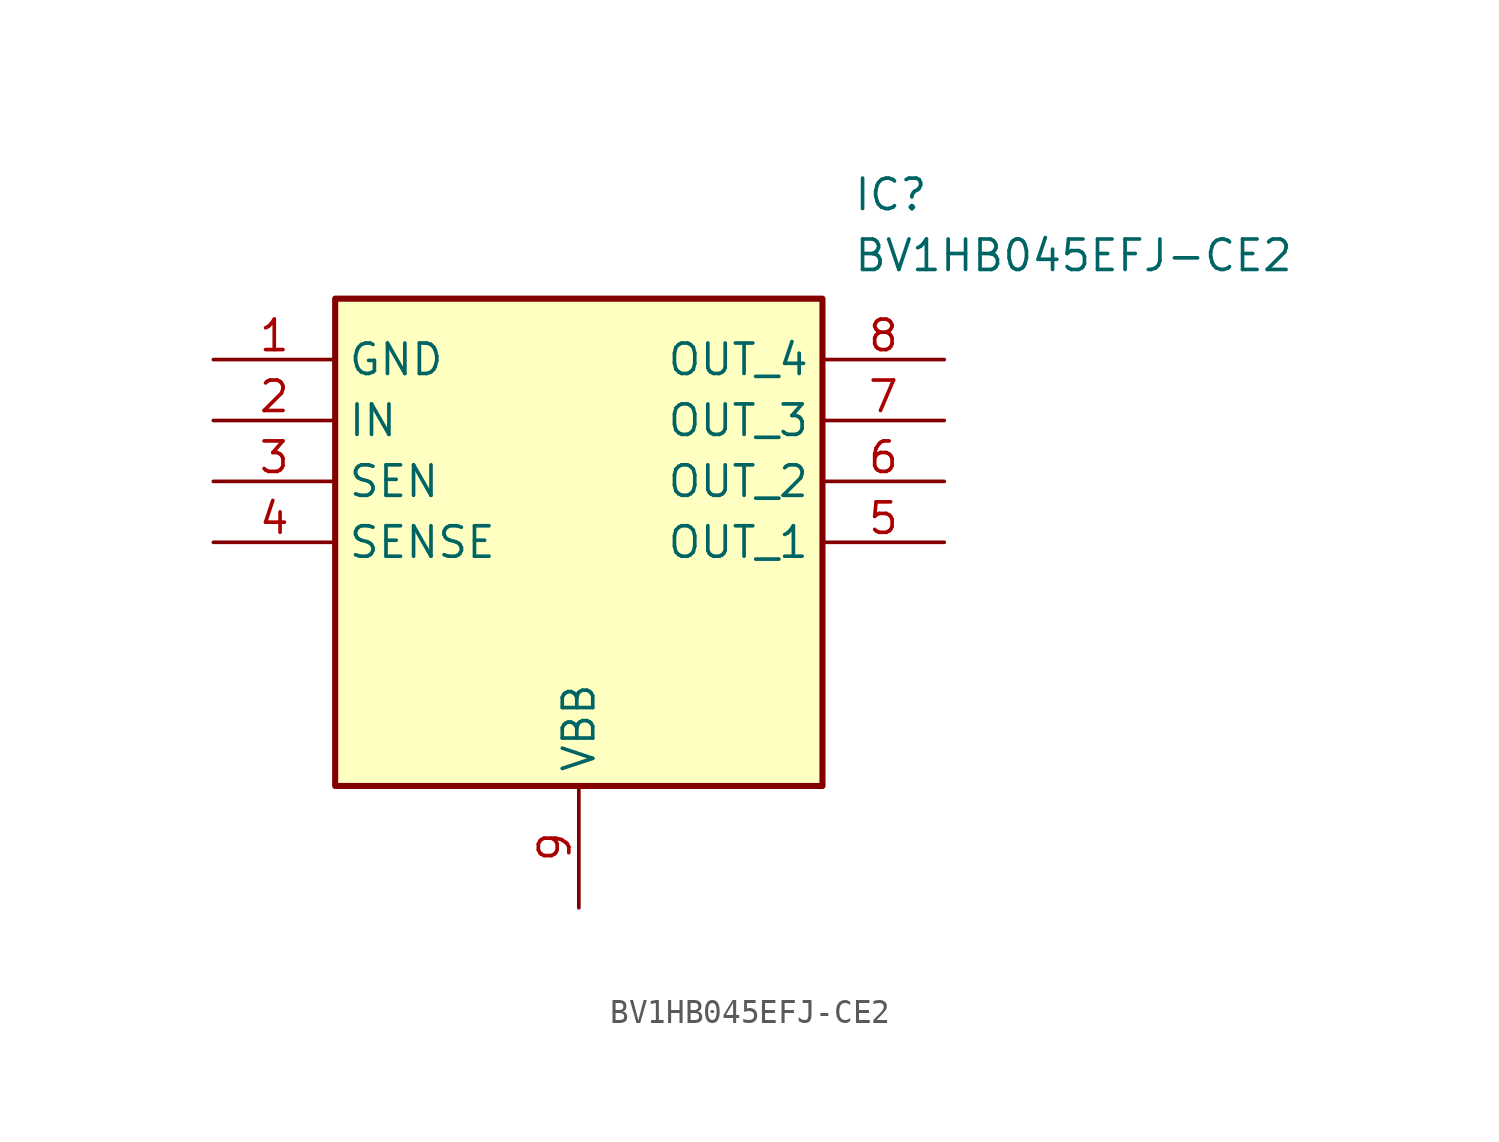
<source format=kicad_sym>
(kicad_symbol_lib
  (version 20211014)
  (generator SamacSys_ECAD_Model)
  (symbol "BV1HB045EFJ-CE2"
    (property "Reference" "IC"
      (at 26.67 7.62 0)
      (effects (font (size 1.27 1.27)) (justify left top)))
    (property "Value" "BV1HB045EFJ-CE2"
      (at 26.67 5.08 0)
      (effects (font (size 1.27 1.27)) (justify left top)))
    (rectangle
      (start 5.08 2.54)
      (end 25.4 -17.78)
      (stroke (width 0.254) (type default))
      (fill (type background)))
    (pin passive line
      (at 0 0 0)
      (length 5.08)
      (name "GND" (effects (font (size 1.27 1.27))))
      (number "1" (effects (font (size 1.27 1.27)))))
    (pin passive line
      (at 0 -2.54 0)
      (length 5.08)
      (name "IN" (effects (font (size 1.27 1.27))))
      (number "2" (effects (font (size 1.27 1.27)))))
    (pin passive line
      (at 0 -5.08 0)
      (length 5.08)
      (name "SEN" (effects (font (size 1.27 1.27))))
      (number "3" (effects (font (size 1.27 1.27)))))
    (pin passive line
      (at 0 -7.62 0)
      (length 5.08)
      (name "SENSE" (effects (font (size 1.27 1.27))))
      (number "4" (effects (font (size 1.27 1.27)))))
    (pin passive line
      (at 15.24 -22.86 90)
      (length 5.08)
      (name "VBB" (effects (font (size 1.27 1.27))))
      (number "9" (effects (font (size 1.27 1.27)))))
    (pin passive line
      (at 30.48 0 180)
      (length 5.08)
      (name "OUT_4" (effects (font (size 1.27 1.27))))
      (number "8" (effects (font (size 1.27 1.27)))))
    (pin passive line
      (at 30.48 -2.54 180)
      (length 5.08)
      (name "OUT_3" (effects (font (size 1.27 1.27))))
      (number "7" (effects (font (size 1.27 1.27)))))
    (pin passive line
      (at 30.48 -5.08 180)
      (length 5.08)
      (name "OUT_2" (effects (font (size 1.27 1.27))))
      (number "6" (effects (font (size 1.27 1.27)))))
    (pin passive line
      (at 30.48 -7.62 180)
      (length 5.08)
      (name "OUT_1" (effects (font (size 1.27 1.27))))
      (number "5" (effects (font (size 1.27 1.27)))))))
</source>
